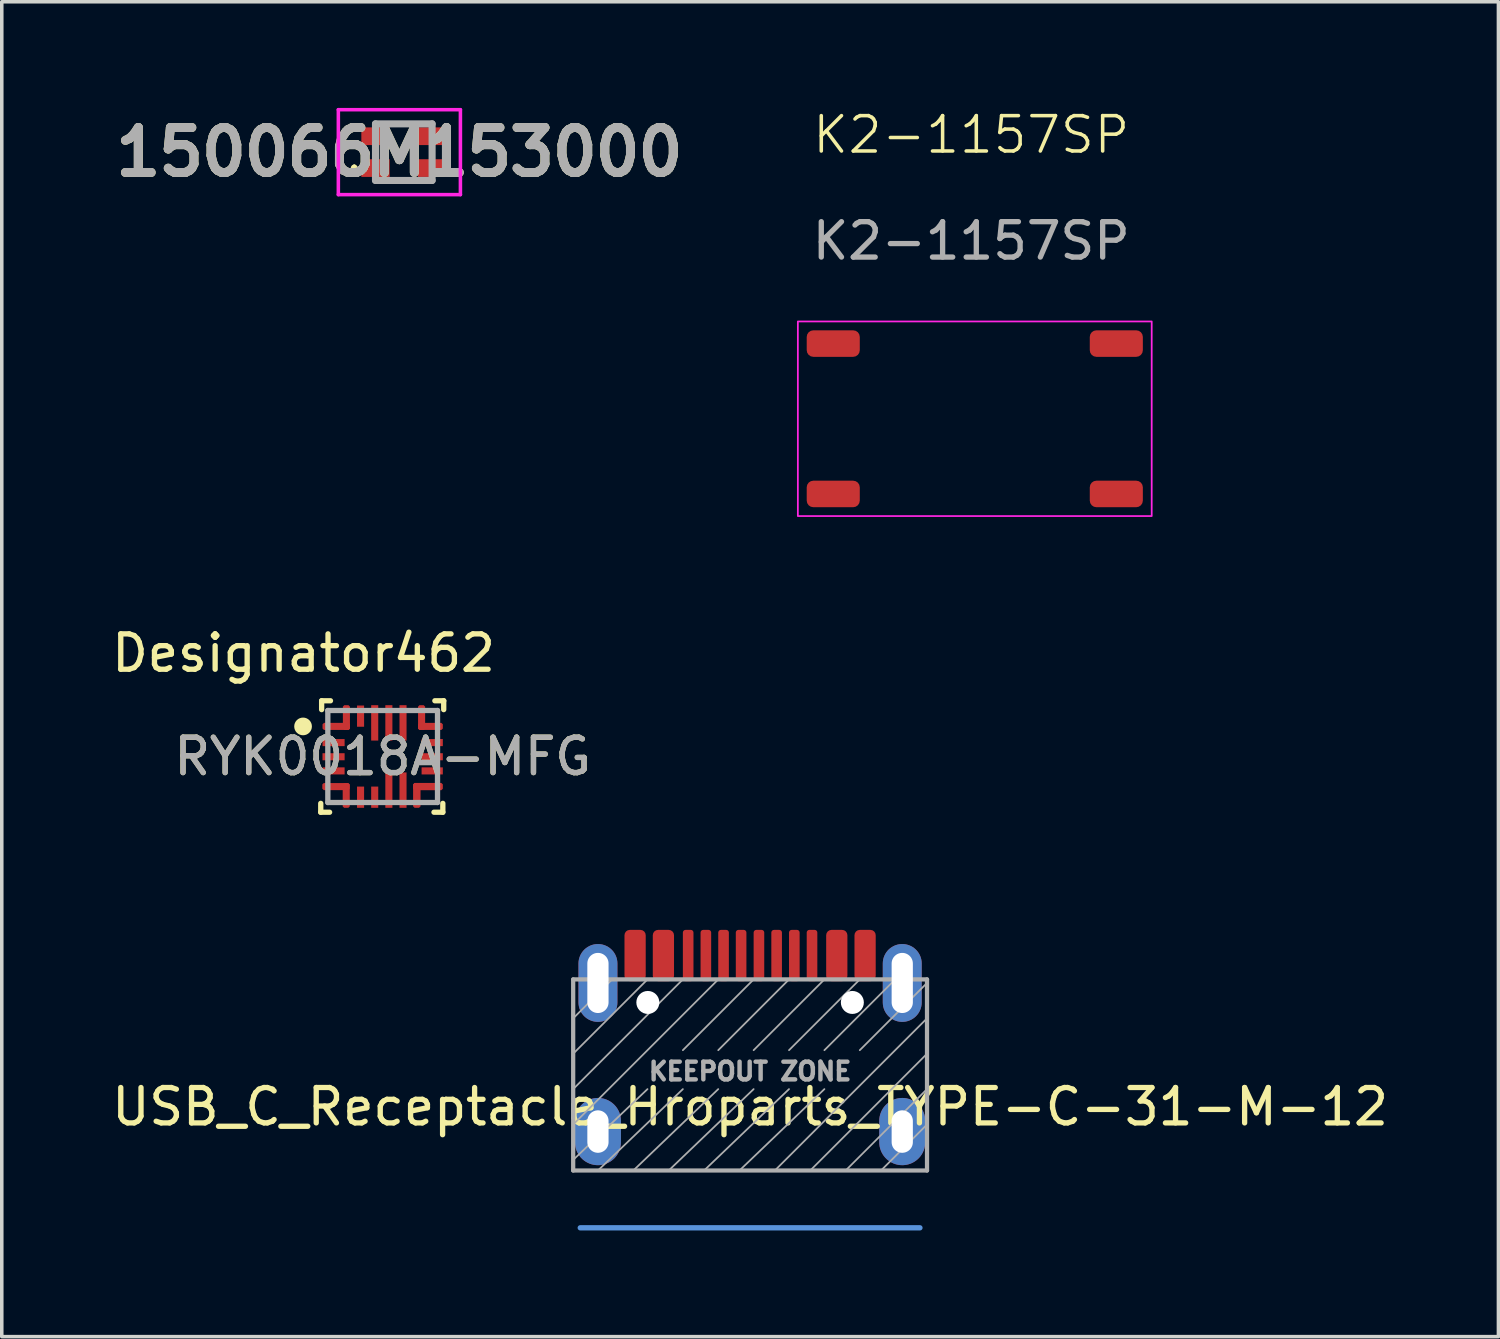
<source format=kicad_pcb>
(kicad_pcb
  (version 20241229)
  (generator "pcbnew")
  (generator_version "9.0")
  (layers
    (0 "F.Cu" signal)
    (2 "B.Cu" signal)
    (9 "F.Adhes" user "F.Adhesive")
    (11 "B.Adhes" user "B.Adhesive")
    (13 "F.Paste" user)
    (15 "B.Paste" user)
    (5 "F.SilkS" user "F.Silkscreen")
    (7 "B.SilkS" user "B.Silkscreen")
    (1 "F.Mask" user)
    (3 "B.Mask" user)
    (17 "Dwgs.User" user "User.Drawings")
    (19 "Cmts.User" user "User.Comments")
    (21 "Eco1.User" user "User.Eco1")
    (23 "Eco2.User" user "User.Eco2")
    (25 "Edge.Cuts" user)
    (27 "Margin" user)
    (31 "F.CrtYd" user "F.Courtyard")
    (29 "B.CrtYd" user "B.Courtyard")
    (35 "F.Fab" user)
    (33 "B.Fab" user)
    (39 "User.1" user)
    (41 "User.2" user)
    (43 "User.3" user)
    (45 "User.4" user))
  (footprint "USB_C_Receptacle_Hroparts_TYPE-C-31-M-12"
    (layer "F.Cu")
    (at 18.149 23.23)
    (property "Reference" "USB_C_Receptacle_Hroparts_TYPE-C-31-M-12" (at 0 5 0) (layer "F.SilkS") (effects (font (size 1 1) (thickness 0.15))))
    (attr through_hole)
    (fp_line (start 4.8 8.42) (end -4.8 8.42) (stroke (width 0.15) (type solid)) (layer "Cmts.User"))
    (fp_line (start -5 1.4) (end -5 6.8) (stroke (width 0.12) (type solid)) (layer "F.Fab"))
    (fp_line (start -5 2.5) (end -3.9 1.4) (stroke (width 0.05) (type solid)) (layer "F.Fab"))
    (fp_line (start -5 3.5) (end -2.9 1.4) (stroke (width 0.05) (type solid)) (layer "F.Fab"))
    (fp_line (start -5 4.5) (end -1.9 1.4) (stroke (width 0.05) (type solid)) (layer "F.Fab"))
    (fp_line (start -5 5.5) (end -0.9 1.4) (stroke (width 0.05) (type solid)) (layer "F.Fab"))
    (fp_line (start -5 6.5) (end -2.9 4.5) (stroke (width 0.05) (type solid)) (layer "F.Fab"))
    (fp_line (start -5 6.8) (end 5 6.8) (stroke (width 0.12) (type solid)) (layer "F.Fab"))
    (fp_line (start -4.3 6.8) (end -1.9 4.5) (stroke (width 0.05) (type solid)) (layer "F.Fab"))
    (fp_line (start -3.3 6.8) (end -0.9 4.5) (stroke (width 0.05) (type solid)) (layer "F.Fab"))
    (fp_line (start -2.3 6.8) (end 0.1 4.5) (stroke (width 0.05) (type solid)) (layer "F.Fab"))
    (fp_line (start -1.9 3.4) (end 0.1 1.4) (stroke (width 0.05) (type solid)) (layer "F.Fab"))
    (fp_line (start -1.3 6.8) (end 1.1 4.5) (stroke (width 0.05) (type solid)) (layer "F.Fab"))
    (fp_line (start -0.9 3.4) (end 1.1 1.4) (stroke (width 0.05) (type solid)) (layer "F.Fab"))
    (fp_line (start -0.3 6.8) (end 2.1 4.5) (stroke (width 0.05) (type solid)) (layer "F.Fab"))
    (fp_line (start 0.1 3.4) (end 2.1 1.4) (stroke (width 0.05) (type solid)) (layer "F.Fab"))
    (fp_line (start 0.7 6.8) (end 5 2.5) (stroke (width 0.05) (type solid)) (layer "F.Fab"))
    (fp_line (start 1.1 3.4) (end 3.1 1.4) (stroke (width 0.05) (type solid)) (layer "F.Fab"))
    (fp_line (start 1.7 6.8) (end 5 3.5) (stroke (width 0.05) (type solid)) (layer "F.Fab"))
    (fp_line (start 2.1 3.4) (end 4.1 1.4) (stroke (width 0.05) (type solid)) (layer "F.Fab"))
    (fp_line (start 2.7 6.8) (end 5 4.5) (stroke (width 0.05) (type solid)) (layer "F.Fab"))
    (fp_line (start 3.1 3.4) (end 5 1.5) (stroke (width 0.05) (type solid)) (layer "F.Fab"))
    (fp_line (start 3.7 6.8) (end 5 5.5) (stroke (width 0.05) (type solid)) (layer "F.Fab"))
    (fp_line (start 5 1.4) (end -5 1.4) (stroke (width 0.12) (type solid)) (layer "F.Fab"))
    (fp_line (start 5 6.8) (end 5 1.4) (stroke (width 0.12) (type solid)) (layer "F.Fab"))
    (fp_text user "KEEPOUT ZONE" (at 0 4 0) (layer "F.Fab") (effects (font (size 0.5 0.5) (thickness 0.125))))
    (pad "" np_thru_hole circle (at -2.89 2.051) (size 0.65 0.65) (drill 0.65) (layers "*.Cu" "*.Mask"))
    (pad "" np_thru_hole circle (at 2.89 2.051) (size 0.65 0.65) (drill 0.65) (layers "*.Cu" "*.Mask"))
    (pad "A1" smd roundrect (at -3.25 0.725) (size 0.6 1.45) (layers "F.Cu" "F.Mask" "F.Paste") (roundrect_rratio 0.25))
    (pad "A4" smd roundrect (at -2.45 0.725) (size 0.6 1.45) (layers "F.Cu" "F.Mask" "F.Paste") (roundrect_rratio 0.25))
    (pad "A5" smd roundrect (at -1.25 0.725) (size 0.3 1.45) (layers "F.Cu" "F.Mask" "F.Paste") (roundrect_rratio 0.25))
    (pad "A6" smd roundrect (at -0.254 0.725) (size 0.3 1.45) (layers "F.Cu" "F.Mask" "F.Paste") (roundrect_rratio 0.25))
    (pad "A7" smd roundrect (at 0.25 0.725) (size 0.3 1.45) (layers "F.Cu" "F.Mask" "F.Paste") (roundrect_rratio 0.25))
    (pad "A8" smd roundrect (at 1.25 0.725) (size 0.3 1.45) (layers "F.Cu" "F.Mask" "F.Paste") (roundrect_rratio 0.25))
    (pad "B1" smd roundrect (at 3.25 0.725) (size 0.6 1.45) (layers "F.Cu" "F.Mask" "F.Paste") (roundrect_rratio 0.25))
    (pad "B4" smd roundrect (at 2.45 0.725) (size 0.6 1.45) (layers "F.Cu" "F.Mask" "F.Paste") (roundrect_rratio 0.25))
    (pad "B5" smd roundrect (at 1.75 0.725) (size 0.3 1.45) (layers "F.Cu" "F.Mask" "F.Paste") (roundrect_rratio 0.25))
    (pad "B6" smd roundrect (at 0.75 0.725) (size 0.3 1.45) (layers "F.Cu" "F.Mask" "F.Paste") (roundrect_rratio 0.25))
    (pad "B7" smd roundrect (at -0.75 0.725) (size 0.3 1.45) (layers "F.Cu" "F.Mask" "F.Paste") (roundrect_rratio 0.25))
    (pad "B8" smd roundrect (at -1.75 0.725) (size 0.3 1.45) (layers "F.Cu" "F.Mask" "F.Paste") (roundrect_rratio 0.25))
    (pad "S1" thru_hole oval (at -4.3 1.5) (size 1.1 2.2) (drill oval 0.6 1.7) (layers "*.Cu" "*.Mask"))
    (pad "S1" thru_hole oval (at -4.3 5.7) (size 1.3 1.9) (drill oval 0.6 1.2) (layers "*.Cu" "*.Mask"))
    (pad "S1" thru_hole oval (at 4.3 1.5) (size 1.1 2.2) (drill oval 0.6 1.7) (layers "*.Cu" "*.Mask"))
    (pad "S1" thru_hole oval (at 4.3 5.7) (size 1.3 1.9) (drill oval 0.6 1.2) (layers "*.Cu" "*.Mask")))
  (footprint "RYK0018A-MFG"
    (layer "F.Cu")
    (at 7.765 18.33)
    (property "Reference" "RYK0018A-MFG" (at 0 0 0) (unlocked yes) (layer "F.SilkS") (effects (font (size 1 1) (thickness 0.15))))
    (attr smd)
    (fp_line (start -1.75 1.575) (end -1.75 1.325) (stroke (width 0.15) (type solid)) (layer "F.SilkS"))
    (fp_line (start -1.75 1.575) (end -1.5 1.575) (stroke (width 0.15) (type solid)) (layer "F.SilkS"))
    (fp_line (start -1.725 -1.575) (end -1.475 -1.575) (stroke (width 0.15) (type solid)) (layer "F.SilkS"))
    (fp_line (start -1.725 -1.325) (end -1.725 -1.575) (stroke (width 0.15) (type solid)) (layer "F.SilkS"))
    (fp_line (start 1.45 1.575) (end 1.7 1.575) (stroke (width 0.15) (type solid)) (layer "F.SilkS"))
    (fp_line (start 1.475 -1.575) (end 1.725 -1.575) (stroke (width 0.15) (type solid)) (layer "F.SilkS"))
    (fp_line (start 1.7 1.575) (end 1.7 1.325) (stroke (width 0.15) (type solid)) (layer "F.SilkS"))
    (fp_line (start 1.725 -1.325) (end 1.725 -1.575) (stroke (width 0.15) (type solid)) (layer "F.SilkS"))
    (fp_circle (center -2.25 -0.85) (end -2.125 -0.85) (stroke (width 0.25) (type solid)) (fill no) (layer "F.SilkS"))
    (fp_line (start -1.55 -1.3) (end 1.55 -1.3) (stroke (width 0.15) (type solid)) (layer "F.Fab"))
    (fp_line (start -1.55 1.3) (end -1.55 -1.3) (stroke (width 0.15) (type solid)) (layer "F.Fab"))
    (fp_line (start -1.55 1.3) (end 1.55 1.3) (stroke (width 0.15) (type solid)) (layer "F.Fab"))
    (fp_line (start 1.55 1.3) (end 1.55 -1.3) (stroke (width 0.15) (type solid)) (layer "F.Fab"))
    (fp_text user "Designator462" (at -2.235 -2.921 0) (unlocked yes) (layer "F.SilkS") (effects (font (size 1 1) (thickness 0.15))))
    (fp_text user "${REFERENCE}" (at 0 0 0) (unlocked yes) (layer "F.Fab") (effects (font (size 1 1) (thickness 0.15))))
    (pad "1" smd roundrect (at -1.312 -0.85 90) (size 0.2 0.775) (layers "F.Cu" "F.Mask" "F.Paste") (roundrect_rratio 0) (chamfer_ratio 0.2) (chamfer top_left top_right bottom_left bottom_right))
    (pad "1" smd roundrect (at -1.025 -1.1) (size 0.2 0.7) (layers "F.Cu" "F.Mask" "F.Paste") (roundrect_rratio 0) (chamfer_ratio 0.2) (chamfer top_left top_right bottom_left bottom_right))
    (pad "2" smd rect (at -1.388 -0.393) (size 0.625 0.2) (layers "F.Cu" "F.Mask" "F.Paste"))
    (pad "3" smd rect (at -1.388 0.007) (size 0.625 0.2) (layers "F.Cu" "F.Mask" "F.Paste"))
    (pad "4" smd rect (at -1.388 0.407) (size 0.625 0.2) (layers "F.Cu" "F.Mask" "F.Paste"))
    (pad "5" smd roundrect (at -1.32 0.85 90) (size 0.2 0.771) (layers "F.Cu" "F.Mask" "F.Paste") (roundrect_rratio 0) (chamfer_ratio 0.2) (chamfer top_left top_right bottom_left bottom_right))
    (pad "5" smd roundrect (at -1.03 1.102 180) (size 0.2 0.696) (layers "F.Cu" "F.Mask" "F.Paste") (roundrect_rratio 0) (chamfer_ratio 0.2) (chamfer top_left top_right bottom_left bottom_right))
    (pad "6" smd rect (at -0.625 1.15) (size 0.2 0.6) (layers "F.Cu" "F.Mask" "F.Paste"))
    (pad "7" smd rect (at -0.225 1.15) (size 0.2 0.6) (layers "F.Cu" "F.Mask" "F.Paste"))
    (pad "8" smd rect (at 0.175 0.95) (size 0.2 1) (layers "F.Cu" "F.Mask" "F.Paste"))
    (pad "9" smd rect (at 0.575 0.95) (size 0.2 1) (layers "F.Cu" "F.Mask" "F.Paste"))
    (pad "10" smd roundrect (at 0.965 1.1 90) (size 0.7 0.21) (layers "F.Cu" "F.Mask" "F.Paste") (roundrect_rratio 0) (chamfer_ratio 0.2) (chamfer top_left top_right bottom_left bottom_right))
    (pad "10" smd roundrect (at 1.28 0.85 180) (size 0.84 0.205) (layers "F.Cu" "F.Mask" "F.Paste") (roundrect_rratio 0) (chamfer_ratio 0.2) (chamfer top_left top_right bottom_left bottom_right))
    (pad "11" smd rect (at 1.4 0.407 90) (size 0.2 0.6) (layers "F.Cu" "F.Mask" "F.Paste"))
    (pad "12" smd rect (at 1.4 0.007 90) (size 0.2 0.6) (layers "F.Cu" "F.Mask" "F.Paste"))
    (pad "13" smd rect (at 1.4 -0.393 90) (size 0.2 0.6) (layers "F.Cu" "F.Mask" "F.Paste"))
    (pad "14" smd roundrect (at 1.1 -1.1) (size 0.2 0.7) (layers "F.Cu" "F.Mask" "F.Paste") (roundrect_rratio 0) (chamfer_ratio 0.2) (chamfer top_left top_right bottom_left bottom_right))
    (pad "14" smd roundrect (at 1.35 -0.85 90) (size 0.2 0.7) (layers "F.Cu" "F.Mask" "F.Paste") (roundrect_rratio 0) (chamfer_ratio 0.2) (chamfer top_left top_right bottom_left bottom_right))
    (pad "15" smd rect (at 0.575 -0.95) (size 0.2 1) (layers "F.Cu" "F.Mask" "F.Paste"))
    (pad "16" smd rect (at 0.175 -0.95) (size 0.2 1) (layers "F.Cu" "F.Mask" "F.Paste"))
    (pad "17" smd rect (at -0.225 -0.95) (size 0.2 1) (layers "F.Cu" "F.Mask" "F.Paste"))
    (pad "18" smd rect (at -0.625 -1.141) (size 0.2 0.6) (layers "F.Cu" "F.Mask" "F.Paste")))
  (footprint "K2-1157SP"
    (layer "F.Cu")
    (at 20.499 6.66)
    (property "Reference" "K2-1157SP" (at 3.9 -5.9 0) (unlocked yes) (layer "F.SilkS") (effects (font (size 1 1) (thickness 0.1))))
    (attr smd)
    (fp_rect (start -1 -0.625) (end 9 4.875) (stroke (width 0.05) (type default)) (fill no) (layer "F.CrtYd"))
    (fp_text user "${REFERENCE}" (at 3.9 -2.9 0) (unlocked yes) (layer "F.Fab") (effects (font (size 1 1) (thickness 0.15))))
    (pad "1" smd roundrect (at 0 0) (size 1.5 0.75) (layers "F.Cu" "F.Mask" "F.Paste") (roundrect_rratio 0.25))
    (pad "1" smd roundrect (at 8 0) (size 1.5 0.75) (layers "F.Cu" "F.Mask" "F.Paste") (roundrect_rratio 0.25))
    (pad "2" smd roundrect (at 0 4.25) (size 1.5 0.75) (layers "F.Cu" "F.Mask" "F.Paste") (roundrect_rratio 0.25))
    (pad "2" smd roundrect (at 8 4.25) (size 1.5 0.75) (layers "F.Cu" "F.Mask" "F.Paste") (roundrect_rratio 0.25)))
  (footprint "150066M153000"
    (layer "F.Cu")
    (at 8.362 1.25)
    (property "Reference" "150066M153000" (at -0.125 0 0) (layer "F.SilkS") (effects (font (size 1.27 1.27) (thickness 0.254))))
    (attr smd)
    (fp_line (start -1.4 0.4) (end -1.4 0.4) (stroke (width 0.1) (type solid)) (layer "F.SilkS"))
    (fp_line (start -1.4 0.5) (end -1.4 0.5) (stroke (width 0.1) (type solid)) (layer "F.SilkS"))
    (fp_line (start -0.2 -0.8) (end 0.2 -0.8) (stroke (width 0.1) (type solid)) (layer "F.SilkS"))
    (fp_line (start -0.2 0.8) (end 0.2 0.8) (stroke (width 0.1) (type solid)) (layer "F.SilkS"))
    (fp_arc (start -1.4 0.4) (mid -1.35 0.45) (end -1.4 0.5) (stroke (width 0.1) (type solid)) (layer "F.SilkS"))
    (fp_arc (start -1.4 0.5) (mid -1.45 0.45) (end -1.4 0.4) (stroke (width 0.1) (type solid)) (layer "F.SilkS"))
    (fp_line (start -1.85 -1.2) (end 1.6 -1.2) (stroke (width 0.1) (type solid)) (layer "F.CrtYd"))
    (fp_line (start -1.85 1.2) (end -1.85 -1.2) (stroke (width 0.1) (type solid)) (layer "F.CrtYd"))
    (fp_line (start 1.6 -1.2) (end 1.6 1.2) (stroke (width 0.1) (type solid)) (layer "F.CrtYd"))
    (fp_line (start 1.6 1.2) (end -1.85 1.2) (stroke (width 0.1) (type solid)) (layer "F.CrtYd"))
    (fp_line (start -0.8 -0.8) (end 0.8 -0.8) (stroke (width 0.2) (type solid)) (layer "F.Fab"))
    (fp_line (start -0.8 0.8) (end -0.8 -0.8) (stroke (width 0.2) (type solid)) (layer "F.Fab"))
    (fp_line (start 0.8 -0.8) (end 0.8 0.8) (stroke (width 0.2) (type solid)) (layer "F.Fab"))
    (fp_line (start 0.8 0.8) (end -0.8 0.8) (stroke (width 0.2) (type solid)) (layer "F.Fab"))
    (fp_text user "${REFERENCE}" (at -0.125 0 0) (layer "F.Fab") (effects (font (size 1.27 1.27) (thickness 0.254))))
    (pad "1" smd rect (at -0.8 0.45 90) (size 0.5 0.8) (layers "F.Cu" "F.Mask" "F.Paste"))
    (pad "2" smd rect (at -0.8 -0.45 90) (size 0.5 0.8) (layers "F.Cu" "F.Mask" "F.Paste"))
    (pad "3" smd rect (at 0.8 -0.45 90) (size 0.5 0.8) (layers "F.Cu" "F.Mask" "F.Paste"))
    (pad "4" smd rect (at 0.8 0.45 90) (size 0.5 0.8) (layers "F.Cu" "F.Mask" "F.Paste")))
  (gr_rect
    (start -3 -3)
    (end 39.298 34.725)
    (stroke (width 0.1) (type default))
    (fill no)
    (layer "Edge.Cuts")))
</source>
